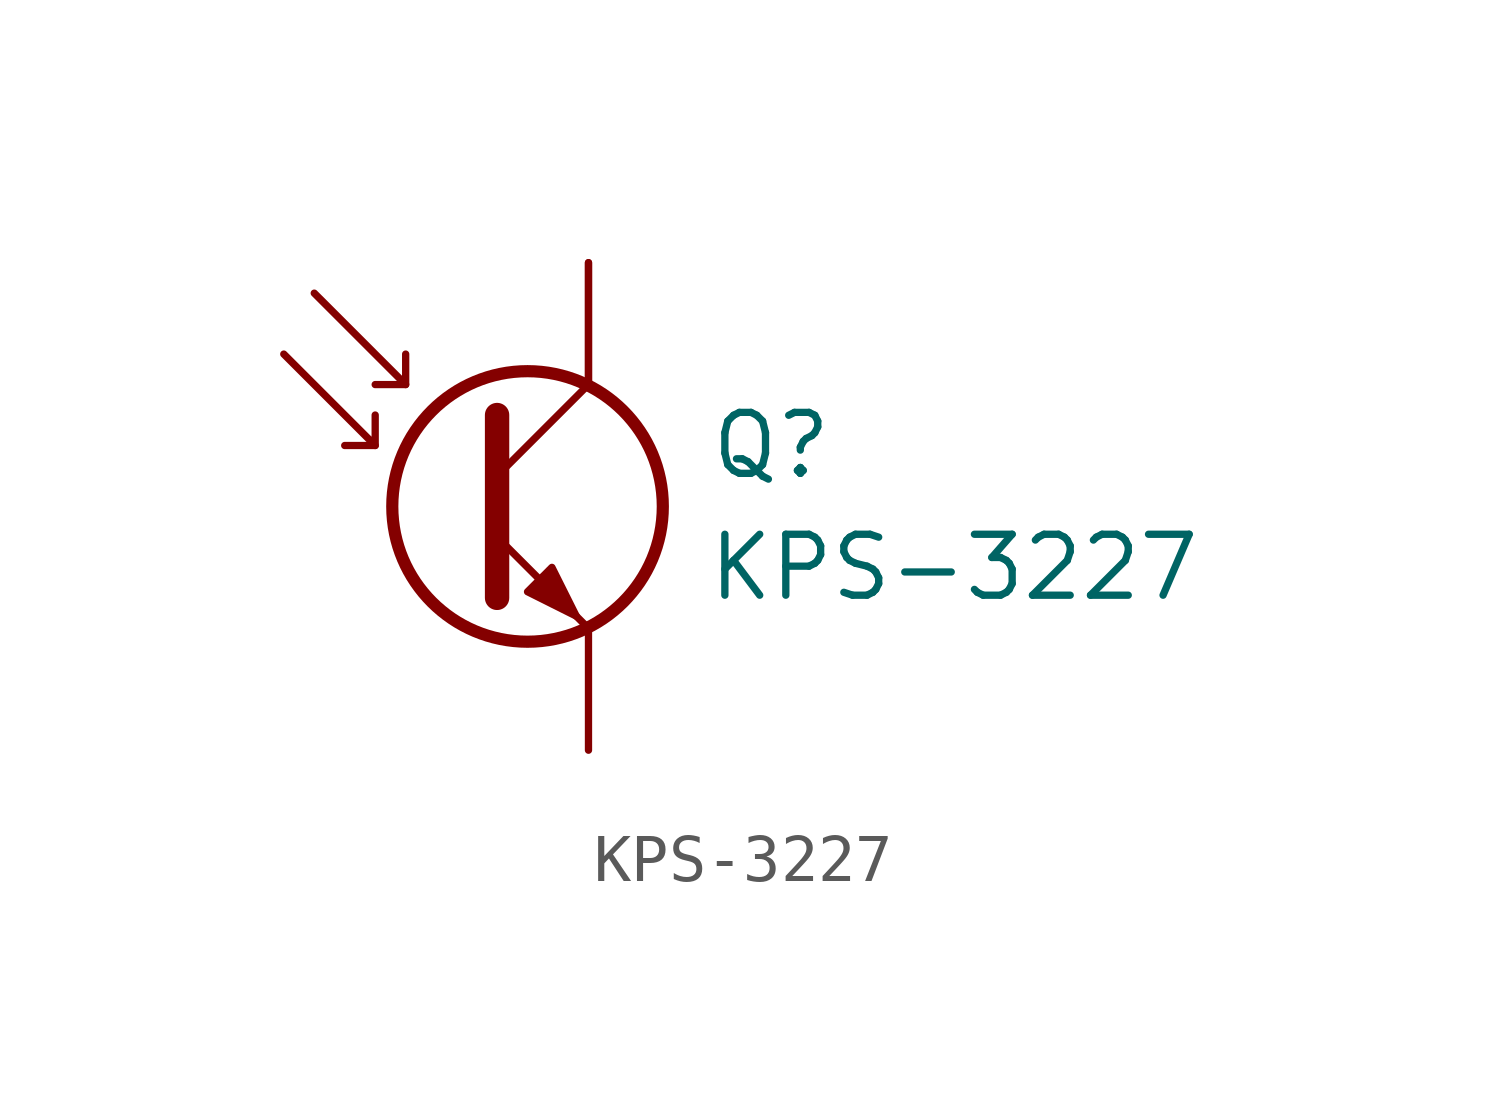
<source format=kicad_sym>
(kicad_symbol_lib
  (version 20211014)
  (generator kicad_symbol_editor)
  (symbol "KPS-3227"
    (pin_numbers hide)
    (property "Reference" "Q"
      (at 3.81 1.27 0)
      (effects (font (size 1.27 1.27))))
    (property "Value" "KPS-3227"
      (at 7.62 -1.27 0)
      (effects (font (size 1.27 1.27))))
    (symbol "KPS-3227_1_1"
      (circle (center -1.27 0) (radius 2.819) (stroke (width 0.254) (type default) (color 0 0 0 0)) (fill (type none)))
      (polyline (pts (xy -4.445 1.27) (xy -5.08 1.27)) (stroke (width 0) (type default) (color 0 0 0 0)) (fill (type none)))
      (polyline (pts (xy -3.81 2.54) (xy -4.445 2.54)) (stroke (width 0) (type default) (color 0 0 0 0)) (fill (type none)))
      (polyline (pts (xy -1.905 0.635) (xy 0 2.54)) (stroke (width 0) (type default) (color 0 0 0 0)) (fill (type none)))
      (polyline (pts (xy -6.35 3.175) (xy -4.445 1.27) (xy -4.445 1.905)) (stroke (width 0) (type default) (color 0 0 0 0)) (fill (type none)))
      (polyline (pts (xy -5.715 4.445) (xy -3.81 2.54) (xy -3.81 3.175)) (stroke (width 0) (type default) (color 0 0 0 0)) (fill (type none)))
      (polyline (pts (xy -1.905 -0.635) (xy 0 -2.54) (xy 0 -2.54)) (stroke (width 0) (type default) (color 0 0 0 0)) (fill (type none)))
      (polyline (pts (xy -1.905 1.905) (xy -1.905 -1.905) (xy -1.905 -1.905)) (stroke (width 0.508) (type default) (color 0 0 0 0)) (fill (type none)))
      (polyline (pts (xy -1.27 -1.778) (xy -0.762 -1.27) (xy -0.254 -2.286) (xy -1.27 -1.778) (xy -1.27 -1.778)) (stroke (width 0) (type default) (color 0 0 0 0)) (fill (type outline)))
      (pin passive line (at 0 5.08 270) (length 2.54) (name "~" (effects (font (size 1.27 1.27)))) (number "1" (effects (font (size 1.27 1.27)))))
      (pin passive line (at 0 -5.08 90) (length 2.54) (name "~" (effects (font (size 1.27 1.27)))) (number "2" (effects (font (size 1.27 1.27)))))
      (pin passive line (at 0 5.08 270) (length 2.54) (name "~" (effects (font (size 1.27 1.27)))) (number "3" (effects (font (size 1.27 1.27)))))
      (pin passive line (at 0 -5.08 90) (length 2.54) hide (name "~" (effects (font (size 1.27 1.27)))) (number "4" (effects (font (size 1.27 1.27))))))))
</source>
